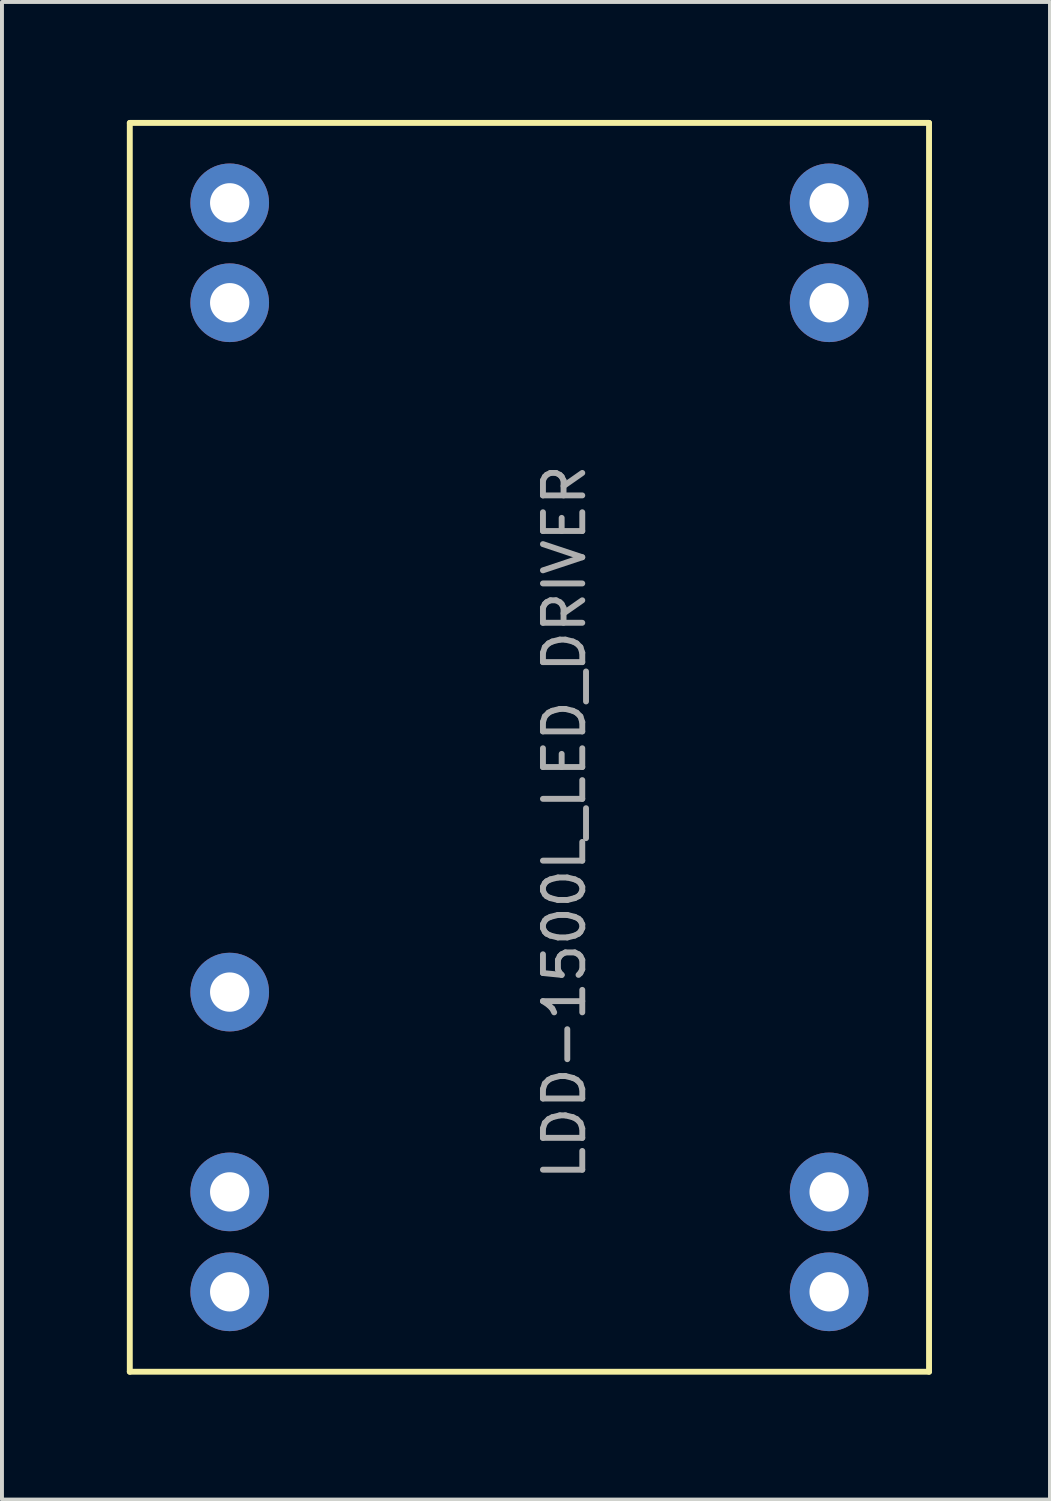
<source format=kicad_pcb>
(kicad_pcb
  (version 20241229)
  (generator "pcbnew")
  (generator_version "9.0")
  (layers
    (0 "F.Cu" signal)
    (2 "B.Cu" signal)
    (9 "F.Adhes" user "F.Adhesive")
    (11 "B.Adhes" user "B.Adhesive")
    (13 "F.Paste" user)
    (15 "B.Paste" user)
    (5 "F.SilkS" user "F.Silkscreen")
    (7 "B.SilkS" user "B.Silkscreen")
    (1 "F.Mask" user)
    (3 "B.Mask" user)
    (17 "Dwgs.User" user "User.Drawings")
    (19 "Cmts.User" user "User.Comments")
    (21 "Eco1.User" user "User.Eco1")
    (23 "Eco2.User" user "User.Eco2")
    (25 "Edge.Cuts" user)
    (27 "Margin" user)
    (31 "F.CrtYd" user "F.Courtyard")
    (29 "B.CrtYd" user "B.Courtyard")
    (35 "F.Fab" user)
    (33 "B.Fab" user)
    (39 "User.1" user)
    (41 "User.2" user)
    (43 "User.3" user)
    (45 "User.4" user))
  (footprint "LDD-1500L_LED_DRIVER"
    (layer "F.Cu")
    (at 0.25 31.825)
    (property "Reference" "LDD-1500L_LED_DRIVER" (at 11.049 -13.97 90) (layer "F.Fab") (effects (font (size 1 1) (thickness 0.15))))
    (attr through_hole)
    (fp_line (start 0 -31.75) (end 20.32 -31.75) (stroke (width 0.15) (type solid)) (layer "F.SilkS"))
    (fp_line (start 0 0) (end 0 -31.75) (stroke (width 0.15) (type solid)) (layer "F.SilkS"))
    (fp_line (start 20.32 -31.75) (end 20.32 0) (stroke (width 0.15) (type solid)) (layer "F.SilkS"))
    (fp_line (start 20.32 0) (end 0 0) (stroke (width 0.15) (type solid)) (layer "F.SilkS"))
    (pad "1" thru_hole circle (at 2.54 -2.032) (size 2 2) (drill 1) (layers "*.Cu" "*.Mask"))
    (pad "2" thru_hole circle (at 2.54 -4.572) (size 2 2) (drill 1) (layers "*.Cu" "*.Mask"))
    (pad "3" thru_hole circle (at 2.54 -9.652) (size 2 2) (drill 1) (layers "*.Cu" "*.Mask"))
    (pad "4" thru_hole circle (at 2.54 -27.178) (size 2 2) (drill 1) (layers "*.Cu" "*.Mask"))
    (pad "5" thru_hole circle (at 2.54 -29.718) (size 2 2) (drill 1) (layers "*.Cu" "*.Mask"))
    (pad "6" thru_hole circle (at 17.78 -29.718) (size 2 2) (drill 1) (layers "*.Cu" "*.Mask"))
    (pad "7" thru_hole circle (at 17.78 -27.178) (size 2 2) (drill 1) (layers "*.Cu" "*.Mask"))
    (pad "8" thru_hole circle (at 17.78 -4.572) (size 2 2) (drill 1) (layers "*.Cu" "*.Mask"))
    (pad "9" thru_hole circle (at 17.78 -2.032) (size 2 2) (drill 1) (layers "*.Cu" "*.Mask")))
  (gr_rect
    (start -3 -3)
    (end 23.645 35.075)
    (stroke (width 0.1) (type default))
    (fill no)
    (layer "Edge.Cuts")))
</source>
